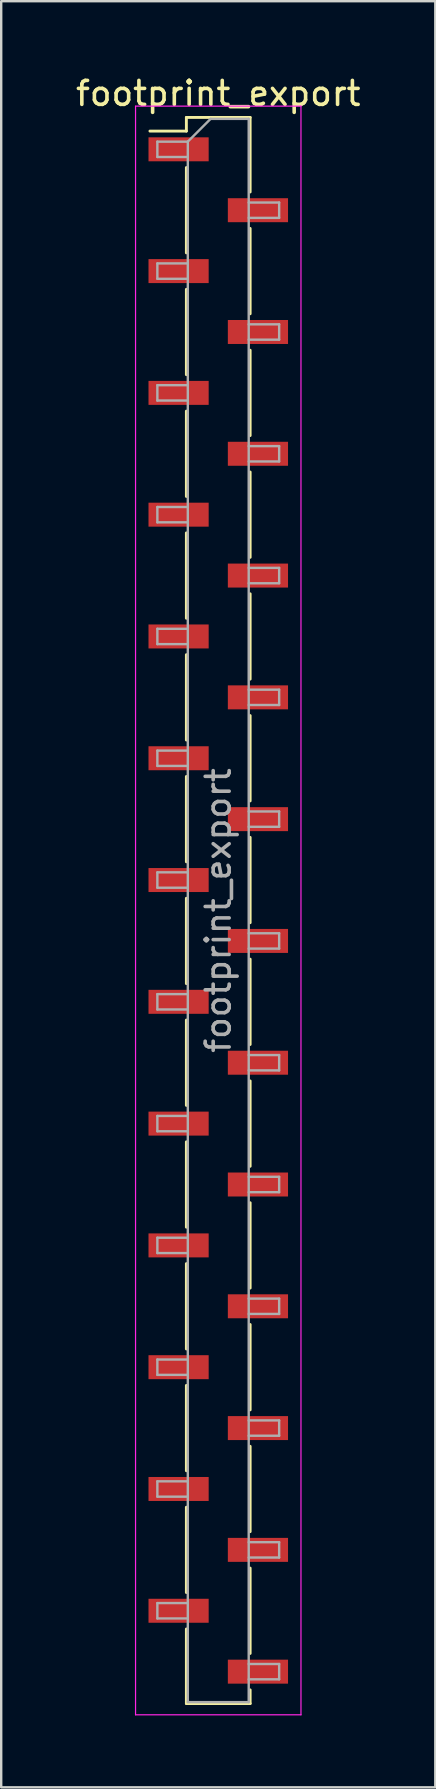
<source format=kicad_pcb>
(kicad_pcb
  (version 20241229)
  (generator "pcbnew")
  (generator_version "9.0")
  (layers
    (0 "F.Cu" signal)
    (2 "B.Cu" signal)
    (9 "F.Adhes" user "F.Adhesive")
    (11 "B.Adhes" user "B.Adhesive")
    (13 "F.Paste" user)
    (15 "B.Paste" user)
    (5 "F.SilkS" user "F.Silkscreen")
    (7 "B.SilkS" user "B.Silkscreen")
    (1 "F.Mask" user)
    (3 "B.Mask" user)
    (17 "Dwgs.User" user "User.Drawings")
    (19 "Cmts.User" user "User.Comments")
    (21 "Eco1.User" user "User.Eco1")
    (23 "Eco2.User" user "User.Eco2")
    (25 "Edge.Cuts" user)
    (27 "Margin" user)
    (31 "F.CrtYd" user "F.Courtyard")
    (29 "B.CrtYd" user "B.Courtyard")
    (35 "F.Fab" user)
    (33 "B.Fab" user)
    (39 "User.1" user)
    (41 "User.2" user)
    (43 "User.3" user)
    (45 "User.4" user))
  (footprint "footprint_export"
    (layer "F.Cu")
    (at 6.054 34.928)
    (property "Reference" "footprint_export" (at 0 -34.08 0) (layer "F.SilkS") (effects (font (size 1 1) (thickness 0.15))))
    (attr smd)
    (fp_line (start -1.33 -33.08) (end -1.33 -32.51) (stroke (width 0.12) (type solid)) (layer "F.SilkS"))
    (fp_line (start -1.33 -33.08) (end 1.33 -33.08) (stroke (width 0.12) (type solid)) (layer "F.SilkS"))
    (fp_line (start -1.33 -32.51) (end -2.85 -32.51) (stroke (width 0.12) (type solid)) (layer "F.SilkS"))
    (fp_line (start -1.33 -30.99) (end -1.33 -27.43) (stroke (width 0.12) (type solid)) (layer "F.SilkS"))
    (fp_line (start -1.33 -25.91) (end -1.33 -22.35) (stroke (width 0.12) (type solid)) (layer "F.SilkS"))
    (fp_line (start -1.33 -20.83) (end -1.33 -17.27) (stroke (width 0.12) (type solid)) (layer "F.SilkS"))
    (fp_line (start -1.33 -15.75) (end -1.33 -12.19) (stroke (width 0.12) (type solid)) (layer "F.SilkS"))
    (fp_line (start -1.33 -10.67) (end -1.33 -7.11) (stroke (width 0.12) (type solid)) (layer "F.SilkS"))
    (fp_line (start -1.33 -5.59) (end -1.33 -2.03) (stroke (width 0.12) (type solid)) (layer "F.SilkS"))
    (fp_line (start -1.33 -0.51) (end -1.33 3.05) (stroke (width 0.12) (type solid)) (layer "F.SilkS"))
    (fp_line (start -1.33 4.57) (end -1.33 8.13) (stroke (width 0.12) (type solid)) (layer "F.SilkS"))
    (fp_line (start -1.33 9.65) (end -1.33 13.21) (stroke (width 0.12) (type solid)) (layer "F.SilkS"))
    (fp_line (start -1.33 14.73) (end -1.33 18.29) (stroke (width 0.12) (type solid)) (layer "F.SilkS"))
    (fp_line (start -1.33 19.81) (end -1.33 23.37) (stroke (width 0.12) (type solid)) (layer "F.SilkS"))
    (fp_line (start -1.33 24.89) (end -1.33 28.45) (stroke (width 0.12) (type solid)) (layer "F.SilkS"))
    (fp_line (start -1.33 29.97) (end -1.33 33.08) (stroke (width 0.12) (type solid)) (layer "F.SilkS"))
    (fp_line (start -1.33 33.08) (end 1.33 33.08) (stroke (width 0.12) (type solid)) (layer "F.SilkS"))
    (fp_line (start 1.33 -33.08) (end 1.33 -29.97) (stroke (width 0.12) (type solid)) (layer "F.SilkS"))
    (fp_line (start 1.33 -28.45) (end 1.33 -24.89) (stroke (width 0.12) (type solid)) (layer "F.SilkS"))
    (fp_line (start 1.33 -23.37) (end 1.33 -19.81) (stroke (width 0.12) (type solid)) (layer "F.SilkS"))
    (fp_line (start 1.33 -18.29) (end 1.33 -14.73) (stroke (width 0.12) (type solid)) (layer "F.SilkS"))
    (fp_line (start 1.33 -13.21) (end 1.33 -9.65) (stroke (width 0.12) (type solid)) (layer "F.SilkS"))
    (fp_line (start 1.33 -8.13) (end 1.33 -4.57) (stroke (width 0.12) (type solid)) (layer "F.SilkS"))
    (fp_line (start 1.33 -3.05) (end 1.33 0.51) (stroke (width 0.12) (type solid)) (layer "F.SilkS"))
    (fp_line (start 1.33 2.03) (end 1.33 5.59) (stroke (width 0.12) (type solid)) (layer "F.SilkS"))
    (fp_line (start 1.33 7.11) (end 1.33 10.67) (stroke (width 0.12) (type solid)) (layer "F.SilkS"))
    (fp_line (start 1.33 12.19) (end 1.33 15.75) (stroke (width 0.12) (type solid)) (layer "F.SilkS"))
    (fp_line (start 1.33 17.27) (end 1.33 20.83) (stroke (width 0.12) (type solid)) (layer "F.SilkS"))
    (fp_line (start 1.33 22.35) (end 1.33 25.91) (stroke (width 0.12) (type solid)) (layer "F.SilkS"))
    (fp_line (start 1.33 27.43) (end 1.33 30.99) (stroke (width 0.12) (type solid)) (layer "F.SilkS"))
    (fp_line (start 1.33 32.51) (end 1.33 33.08) (stroke (width 0.12) (type solid)) (layer "F.SilkS"))
    (fp_line (start -3.45 -33.55) (end -3.45 33.55) (stroke (width 0.05) (type solid)) (layer "F.CrtYd"))
    (fp_line (start -3.45 33.55) (end 3.45 33.55) (stroke (width 0.05) (type solid)) (layer "F.CrtYd"))
    (fp_line (start 3.45 -33.55) (end -3.45 -33.55) (stroke (width 0.05) (type solid)) (layer "F.CrtYd"))
    (fp_line (start 3.45 33.55) (end 3.45 -33.55) (stroke (width 0.05) (type solid)) (layer "F.CrtYd"))
    (fp_line (start -2.54 -32.07) (end -2.54 -31.43) (stroke (width 0.1) (type solid)) (layer "F.Fab"))
    (fp_line (start -2.54 -31.43) (end -1.27 -31.43) (stroke (width 0.1) (type solid)) (layer "F.Fab"))
    (fp_line (start -2.54 -26.99) (end -2.54 -26.35) (stroke (width 0.1) (type solid)) (layer "F.Fab"))
    (fp_line (start -2.54 -26.35) (end -1.27 -26.35) (stroke (width 0.1) (type solid)) (layer "F.Fab"))
    (fp_line (start -2.54 -21.91) (end -2.54 -21.27) (stroke (width 0.1) (type solid)) (layer "F.Fab"))
    (fp_line (start -2.54 -21.27) (end -1.27 -21.27) (stroke (width 0.1) (type solid)) (layer "F.Fab"))
    (fp_line (start -2.54 -16.83) (end -2.54 -16.19) (stroke (width 0.1) (type solid)) (layer "F.Fab"))
    (fp_line (start -2.54 -16.19) (end -1.27 -16.19) (stroke (width 0.1) (type solid)) (layer "F.Fab"))
    (fp_line (start -2.54 -11.75) (end -2.54 -11.11) (stroke (width 0.1) (type solid)) (layer "F.Fab"))
    (fp_line (start -2.54 -11.11) (end -1.27 -11.11) (stroke (width 0.1) (type solid)) (layer "F.Fab"))
    (fp_line (start -2.54 -6.67) (end -2.54 -6.03) (stroke (width 0.1) (type solid)) (layer "F.Fab"))
    (fp_line (start -2.54 -6.03) (end -1.27 -6.03) (stroke (width 0.1) (type solid)) (layer "F.Fab"))
    (fp_line (start -2.54 -1.59) (end -2.54 -0.95) (stroke (width 0.1) (type solid)) (layer "F.Fab"))
    (fp_line (start -2.54 -0.95) (end -1.27 -0.95) (stroke (width 0.1) (type solid)) (layer "F.Fab"))
    (fp_line (start -2.54 3.49) (end -2.54 4.13) (stroke (width 0.1) (type solid)) (layer "F.Fab"))
    (fp_line (start -2.54 4.13) (end -1.27 4.13) (stroke (width 0.1) (type solid)) (layer "F.Fab"))
    (fp_line (start -2.54 8.57) (end -2.54 9.21) (stroke (width 0.1) (type solid)) (layer "F.Fab"))
    (fp_line (start -2.54 9.21) (end -1.27 9.21) (stroke (width 0.1) (type solid)) (layer "F.Fab"))
    (fp_line (start -2.54 13.65) (end -2.54 14.29) (stroke (width 0.1) (type solid)) (layer "F.Fab"))
    (fp_line (start -2.54 14.29) (end -1.27 14.29) (stroke (width 0.1) (type solid)) (layer "F.Fab"))
    (fp_line (start -2.54 18.73) (end -2.54 19.37) (stroke (width 0.1) (type solid)) (layer "F.Fab"))
    (fp_line (start -2.54 19.37) (end -1.27 19.37) (stroke (width 0.1) (type solid)) (layer "F.Fab"))
    (fp_line (start -2.54 23.81) (end -2.54 24.45) (stroke (width 0.1) (type solid)) (layer "F.Fab"))
    (fp_line (start -2.54 24.45) (end -1.27 24.45) (stroke (width 0.1) (type solid)) (layer "F.Fab"))
    (fp_line (start -2.54 28.89) (end -2.54 29.53) (stroke (width 0.1) (type solid)) (layer "F.Fab"))
    (fp_line (start -2.54 29.53) (end -1.27 29.53) (stroke (width 0.1) (type solid)) (layer "F.Fab"))
    (fp_line (start -1.27 -32.07) (end -2.54 -32.07) (stroke (width 0.1) (type solid)) (layer "F.Fab"))
    (fp_line (start -1.27 -32.07) (end -0.32 -33.02) (stroke (width 0.1) (type solid)) (layer "F.Fab"))
    (fp_line (start -1.27 -26.99) (end -2.54 -26.99) (stroke (width 0.1) (type solid)) (layer "F.Fab"))
    (fp_line (start -1.27 -21.91) (end -2.54 -21.91) (stroke (width 0.1) (type solid)) (layer "F.Fab"))
    (fp_line (start -1.27 -16.83) (end -2.54 -16.83) (stroke (width 0.1) (type solid)) (layer "F.Fab"))
    (fp_line (start -1.27 -11.75) (end -2.54 -11.75) (stroke (width 0.1) (type solid)) (layer "F.Fab"))
    (fp_line (start -1.27 -6.67) (end -2.54 -6.67) (stroke (width 0.1) (type solid)) (layer "F.Fab"))
    (fp_line (start -1.27 -1.59) (end -2.54 -1.59) (stroke (width 0.1) (type solid)) (layer "F.Fab"))
    (fp_line (start -1.27 3.49) (end -2.54 3.49) (stroke (width 0.1) (type solid)) (layer "F.Fab"))
    (fp_line (start -1.27 8.57) (end -2.54 8.57) (stroke (width 0.1) (type solid)) (layer "F.Fab"))
    (fp_line (start -1.27 13.65) (end -2.54 13.65) (stroke (width 0.1) (type solid)) (layer "F.Fab"))
    (fp_line (start -1.27 18.73) (end -2.54 18.73) (stroke (width 0.1) (type solid)) (layer "F.Fab"))
    (fp_line (start -1.27 23.81) (end -2.54 23.81) (stroke (width 0.1) (type solid)) (layer "F.Fab"))
    (fp_line (start -1.27 28.89) (end -2.54 28.89) (stroke (width 0.1) (type solid)) (layer "F.Fab"))
    (fp_line (start -1.27 33.02) (end -1.27 -32.07) (stroke (width 0.1) (type solid)) (layer "F.Fab"))
    (fp_line (start -0.32 -33.02) (end 1.27 -33.02) (stroke (width 0.1) (type solid)) (layer "F.Fab"))
    (fp_line (start 1.27 -33.02) (end 1.27 33.02) (stroke (width 0.1) (type solid)) (layer "F.Fab"))
    (fp_line (start 1.27 -29.53) (end 2.54 -29.53) (stroke (width 0.1) (type solid)) (layer "F.Fab"))
    (fp_line (start 1.27 -24.45) (end 2.54 -24.45) (stroke (width 0.1) (type solid)) (layer "F.Fab"))
    (fp_line (start 1.27 -19.37) (end 2.54 -19.37) (stroke (width 0.1) (type solid)) (layer "F.Fab"))
    (fp_line (start 1.27 -14.29) (end 2.54 -14.29) (stroke (width 0.1) (type solid)) (layer "F.Fab"))
    (fp_line (start 1.27 -9.21) (end 2.54 -9.21) (stroke (width 0.1) (type solid)) (layer "F.Fab"))
    (fp_line (start 1.27 -4.13) (end 2.54 -4.13) (stroke (width 0.1) (type solid)) (layer "F.Fab"))
    (fp_line (start 1.27 0.95) (end 2.54 0.95) (stroke (width 0.1) (type solid)) (layer "F.Fab"))
    (fp_line (start 1.27 6.03) (end 2.54 6.03) (stroke (width 0.1) (type solid)) (layer "F.Fab"))
    (fp_line (start 1.27 11.11) (end 2.54 11.11) (stroke (width 0.1) (type solid)) (layer "F.Fab"))
    (fp_line (start 1.27 16.19) (end 2.54 16.19) (stroke (width 0.1) (type solid)) (layer "F.Fab"))
    (fp_line (start 1.27 21.27) (end 2.54 21.27) (stroke (width 0.1) (type solid)) (layer "F.Fab"))
    (fp_line (start 1.27 26.35) (end 2.54 26.35) (stroke (width 0.1) (type solid)) (layer "F.Fab"))
    (fp_line (start 1.27 31.43) (end 2.54 31.43) (stroke (width 0.1) (type solid)) (layer "F.Fab"))
    (fp_line (start 1.27 33.02) (end -1.27 33.02) (stroke (width 0.1) (type solid)) (layer "F.Fab"))
    (fp_line (start 2.54 -29.53) (end 2.54 -28.89) (stroke (width 0.1) (type solid)) (layer "F.Fab"))
    (fp_line (start 2.54 -28.89) (end 1.27 -28.89) (stroke (width 0.1) (type solid)) (layer "F.Fab"))
    (fp_line (start 2.54 -24.45) (end 2.54 -23.81) (stroke (width 0.1) (type solid)) (layer "F.Fab"))
    (fp_line (start 2.54 -23.81) (end 1.27 -23.81) (stroke (width 0.1) (type solid)) (layer "F.Fab"))
    (fp_line (start 2.54 -19.37) (end 2.54 -18.73) (stroke (width 0.1) (type solid)) (layer "F.Fab"))
    (fp_line (start 2.54 -18.73) (end 1.27 -18.73) (stroke (width 0.1) (type solid)) (layer "F.Fab"))
    (fp_line (start 2.54 -14.29) (end 2.54 -13.65) (stroke (width 0.1) (type solid)) (layer "F.Fab"))
    (fp_line (start 2.54 -13.65) (end 1.27 -13.65) (stroke (width 0.1) (type solid)) (layer "F.Fab"))
    (fp_line (start 2.54 -9.21) (end 2.54 -8.57) (stroke (width 0.1) (type solid)) (layer "F.Fab"))
    (fp_line (start 2.54 -8.57) (end 1.27 -8.57) (stroke (width 0.1) (type solid)) (layer "F.Fab"))
    (fp_line (start 2.54 -4.13) (end 2.54 -3.49) (stroke (width 0.1) (type solid)) (layer "F.Fab"))
    (fp_line (start 2.54 -3.49) (end 1.27 -3.49) (stroke (width 0.1) (type solid)) (layer "F.Fab"))
    (fp_line (start 2.54 0.95) (end 2.54 1.59) (stroke (width 0.1) (type solid)) (layer "F.Fab"))
    (fp_line (start 2.54 1.59) (end 1.27 1.59) (stroke (width 0.1) (type solid)) (layer "F.Fab"))
    (fp_line (start 2.54 6.03) (end 2.54 6.67) (stroke (width 0.1) (type solid)) (layer "F.Fab"))
    (fp_line (start 2.54 6.67) (end 1.27 6.67) (stroke (width 0.1) (type solid)) (layer "F.Fab"))
    (fp_line (start 2.54 11.11) (end 2.54 11.75) (stroke (width 0.1) (type solid)) (layer "F.Fab"))
    (fp_line (start 2.54 11.75) (end 1.27 11.75) (stroke (width 0.1) (type solid)) (layer "F.Fab"))
    (fp_line (start 2.54 16.19) (end 2.54 16.83) (stroke (width 0.1) (type solid)) (layer "F.Fab"))
    (fp_line (start 2.54 16.83) (end 1.27 16.83) (stroke (width 0.1) (type solid)) (layer "F.Fab"))
    (fp_line (start 2.54 21.27) (end 2.54 21.91) (stroke (width 0.1) (type solid)) (layer "F.Fab"))
    (fp_line (start 2.54 21.91) (end 1.27 21.91) (stroke (width 0.1) (type solid)) (layer "F.Fab"))
    (fp_line (start 2.54 26.35) (end 2.54 26.99) (stroke (width 0.1) (type solid)) (layer "F.Fab"))
    (fp_line (start 2.54 26.99) (end 1.27 26.99) (stroke (width 0.1) (type solid)) (layer "F.Fab"))
    (fp_line (start 2.54 31.43) (end 2.54 32.07) (stroke (width 0.1) (type solid)) (layer "F.Fab"))
    (fp_line (start 2.54 32.07) (end 1.27 32.07) (stroke (width 0.1) (type solid)) (layer "F.Fab"))
    (fp_text user "${REFERENCE}" (at 0 0 90) (layer "F.Fab") (effects (font (size 1 1) (thickness 0.15))))
    (pad "1" smd rect (at -1.655 -31.75) (size 2.51 1) (layers "F.Cu" "F.Mask" "F.Paste"))
    (pad "2" smd rect (at 1.655 -29.21) (size 2.51 1) (layers "F.Cu" "F.Mask" "F.Paste"))
    (pad "3" smd rect (at -1.655 -26.67) (size 2.51 1) (layers "F.Cu" "F.Mask" "F.Paste"))
    (pad "4" smd rect (at 1.655 -24.13) (size 2.51 1) (layers "F.Cu" "F.Mask" "F.Paste"))
    (pad "5" smd rect (at -1.655 -21.59) (size 2.51 1) (layers "F.Cu" "F.Mask" "F.Paste"))
    (pad "6" smd rect (at 1.655 -19.05) (size 2.51 1) (layers "F.Cu" "F.Mask" "F.Paste"))
    (pad "7" smd rect (at -1.655 -16.51) (size 2.51 1) (layers "F.Cu" "F.Mask" "F.Paste"))
    (pad "8" smd rect (at 1.655 -13.97) (size 2.51 1) (layers "F.Cu" "F.Mask" "F.Paste"))
    (pad "9" smd rect (at -1.655 -11.43) (size 2.51 1) (layers "F.Cu" "F.Mask" "F.Paste"))
    (pad "10" smd rect (at 1.655 -8.89) (size 2.51 1) (layers "F.Cu" "F.Mask" "F.Paste"))
    (pad "11" smd rect (at -1.655 -6.35) (size 2.51 1) (layers "F.Cu" "F.Mask" "F.Paste"))
    (pad "12" smd rect (at 1.655 -3.81) (size 2.51 1) (layers "F.Cu" "F.Mask" "F.Paste"))
    (pad "13" smd rect (at -1.655 -1.27) (size 2.51 1) (layers "F.Cu" "F.Mask" "F.Paste"))
    (pad "14" smd rect (at 1.655 1.27) (size 2.51 1) (layers "F.Cu" "F.Mask" "F.Paste"))
    (pad "15" smd rect (at -1.655 3.81) (size 2.51 1) (layers "F.Cu" "F.Mask" "F.Paste"))
    (pad "16" smd rect (at 1.655 6.35) (size 2.51 1) (layers "F.Cu" "F.Mask" "F.Paste"))
    (pad "17" smd rect (at -1.655 8.89) (size 2.51 1) (layers "F.Cu" "F.Mask" "F.Paste"))
    (pad "18" smd rect (at 1.655 11.43) (size 2.51 1) (layers "F.Cu" "F.Mask" "F.Paste"))
    (pad "19" smd rect (at -1.655 13.97) (size 2.51 1) (layers "F.Cu" "F.Mask" "F.Paste"))
    (pad "20" smd rect (at 1.655 16.51) (size 2.51 1) (layers "F.Cu" "F.Mask" "F.Paste"))
    (pad "21" smd rect (at -1.655 19.05) (size 2.51 1) (layers "F.Cu" "F.Mask" "F.Paste"))
    (pad "22" smd rect (at 1.655 21.59) (size 2.51 1) (layers "F.Cu" "F.Mask" "F.Paste"))
    (pad "23" smd rect (at -1.655 24.13) (size 2.51 1) (layers "F.Cu" "F.Mask" "F.Paste"))
    (pad "24" smd rect (at 1.655 26.67) (size 2.51 1) (layers "F.Cu" "F.Mask" "F.Paste"))
    (pad "25" smd rect (at -1.655 29.21) (size 2.51 1) (layers "F.Cu" "F.Mask" "F.Paste"))
    (pad "26" smd rect (at 1.655 31.75) (size 2.51 1) (layers "F.Cu" "F.Mask" "F.Paste")))
  (gr_rect
    (start -3 -3)
    (end 15.107 71.503)
    (stroke (width 0.1) (type default))
    (fill no)
    (layer "Edge.Cuts")))
</source>
